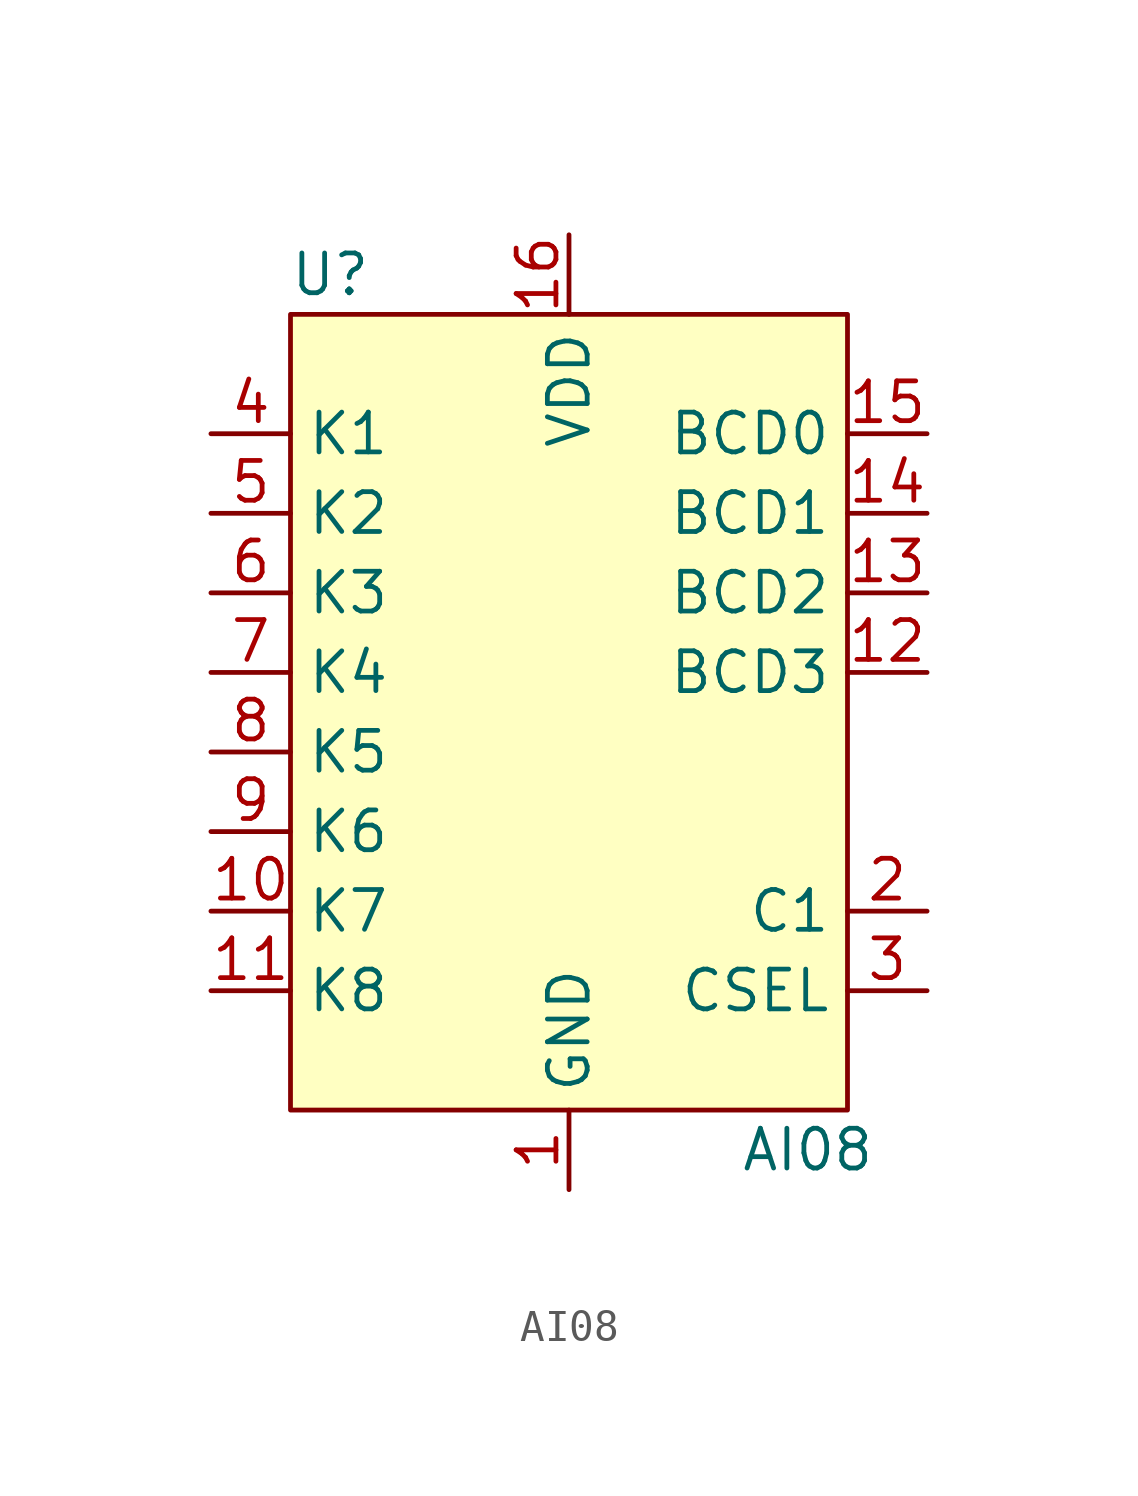
<source format=kicad_sym>
(kicad_symbol_lib
  (version 20211014)
  (generator kicad_symbol_editor)
  (symbol "AI08"
    (property "Reference" "U"
      (at -7.62 13.97 0)
      (effects (font (size 1.27 1.27))))
    (property "Value" "AI08"
      (at 7.62 -13.97 0)
      (effects (font (size 1.27 1.27))))
    (symbol "AI08_0_1"
      (rectangle (start -8.89 12.7) (end 8.89 -12.7) (stroke (width 0) (type default) (color 0 0 0 0)) (fill (type background))))
    (symbol "AI08_1_1"
      (pin power_in line (at 0 -15.24 90) (length 2.54) (name "GND" (effects (font (size 1.27 1.27)))) (number "1" (effects (font (size 1.27 1.27)))))
      (pin input line (at -11.43 -6.35 0) (length 2.54) (name "K7" (effects (font (size 1.27 1.27)))) (number "10" (effects (font (size 1.27 1.27)))))
      (pin input line (at -11.43 -8.89 0) (length 2.54) (name "K8" (effects (font (size 1.27 1.27)))) (number "11" (effects (font (size 1.27 1.27)))))
      (pin output line (at 11.43 1.27 180) (length 2.54) (name "BCD3" (effects (font (size 1.27 1.27)))) (number "12" (effects (font (size 1.27 1.27)))))
      (pin output line (at 11.43 3.81 180) (length 2.54) (name "BCD2" (effects (font (size 1.27 1.27)))) (number "13" (effects (font (size 1.27 1.27)))))
      (pin output line (at 11.43 6.35 180) (length 2.54) (name "BCD1" (effects (font (size 1.27 1.27)))) (number "14" (effects (font (size 1.27 1.27)))))
      (pin output line (at 11.43 8.89 180) (length 2.54) (name "BCD0" (effects (font (size 1.27 1.27)))) (number "15" (effects (font (size 1.27 1.27)))))
      (pin power_in line (at 0 15.24 270) (length 2.54) (name "VDD" (effects (font (size 1.27 1.27)))) (number "16" (effects (font (size 1.27 1.27)))))
      (pin passive line (at 11.43 -6.35 180) (length 2.54) (name "C1" (effects (font (size 1.27 1.27)))) (number "2" (effects (font (size 1.27 1.27)))))
      (pin passive line (at 11.43 -8.89 180) (length 2.54) (name "CSEL" (effects (font (size 1.27 1.27)))) (number "3" (effects (font (size 1.27 1.27)))))
      (pin input line (at -11.43 8.89 0) (length 2.54) (name "K1" (effects (font (size 1.27 1.27)))) (number "4" (effects (font (size 1.27 1.27)))))
      (pin input line (at -11.43 6.35 0) (length 2.54) (name "K2" (effects (font (size 1.27 1.27)))) (number "5" (effects (font (size 1.27 1.27)))))
      (pin input line (at -11.43 3.81 0) (length 2.54) (name "K3" (effects (font (size 1.27 1.27)))) (number "6" (effects (font (size 1.27 1.27)))))
      (pin input line (at -11.43 1.27 0) (length 2.54) (name "K4" (effects (font (size 1.27 1.27)))) (number "7" (effects (font (size 1.27 1.27)))))
      (pin input line (at -11.43 -1.27 0) (length 2.54) (name "K5" (effects (font (size 1.27 1.27)))) (number "8" (effects (font (size 1.27 1.27)))))
      (pin input line (at -11.43 -3.81 0) (length 2.54) (name "K6" (effects (font (size 1.27 1.27)))) (number "9" (effects (font (size 1.27 1.27))))))))
</source>
